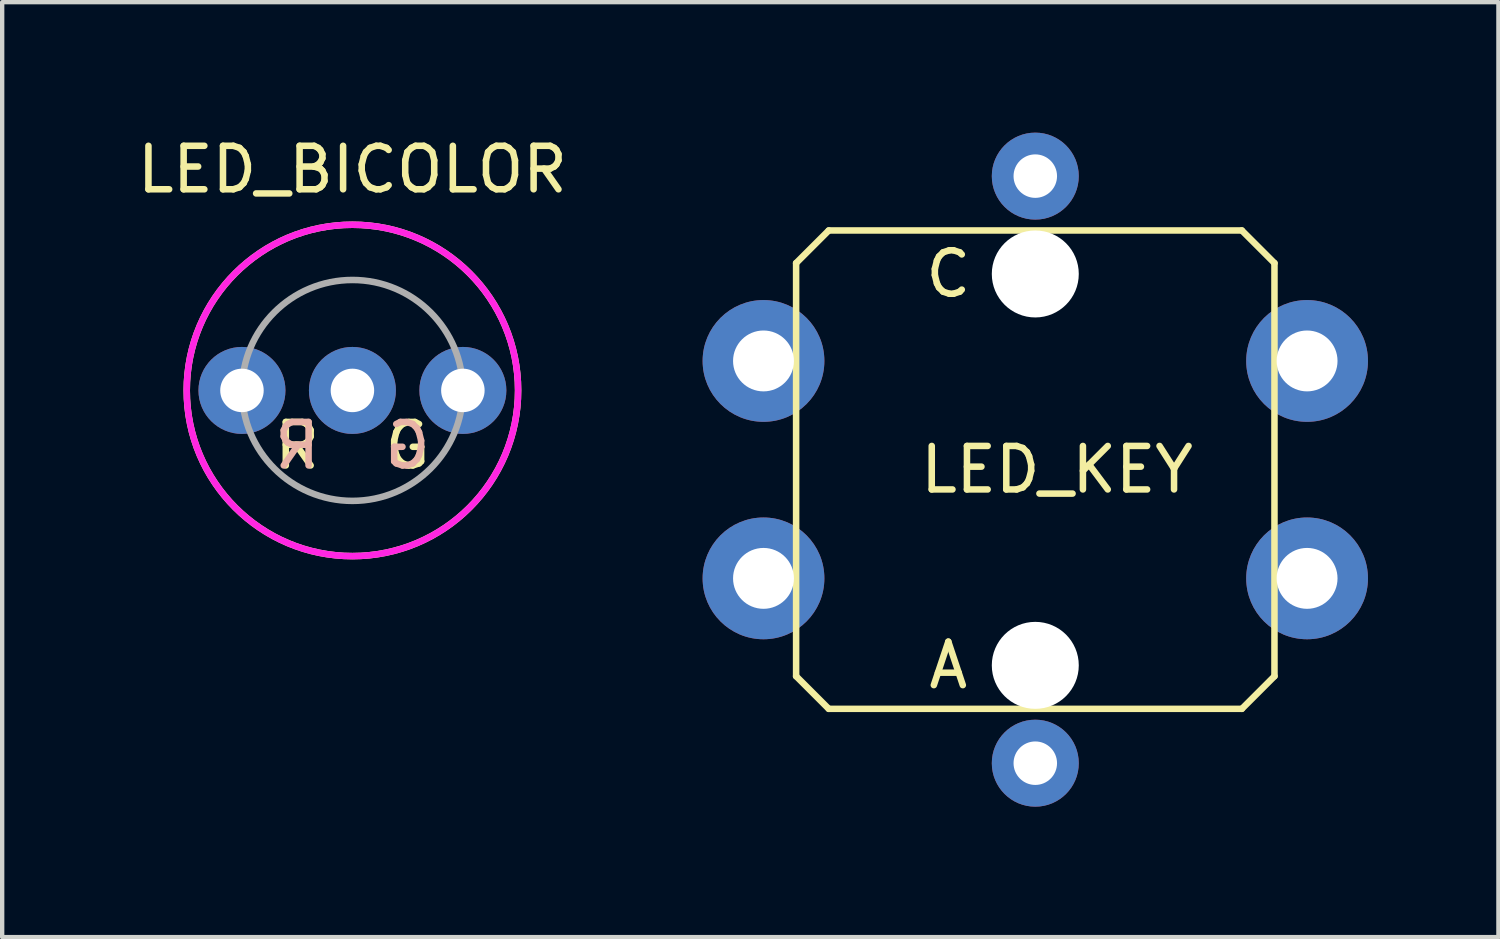
<source format=kicad_pcb>
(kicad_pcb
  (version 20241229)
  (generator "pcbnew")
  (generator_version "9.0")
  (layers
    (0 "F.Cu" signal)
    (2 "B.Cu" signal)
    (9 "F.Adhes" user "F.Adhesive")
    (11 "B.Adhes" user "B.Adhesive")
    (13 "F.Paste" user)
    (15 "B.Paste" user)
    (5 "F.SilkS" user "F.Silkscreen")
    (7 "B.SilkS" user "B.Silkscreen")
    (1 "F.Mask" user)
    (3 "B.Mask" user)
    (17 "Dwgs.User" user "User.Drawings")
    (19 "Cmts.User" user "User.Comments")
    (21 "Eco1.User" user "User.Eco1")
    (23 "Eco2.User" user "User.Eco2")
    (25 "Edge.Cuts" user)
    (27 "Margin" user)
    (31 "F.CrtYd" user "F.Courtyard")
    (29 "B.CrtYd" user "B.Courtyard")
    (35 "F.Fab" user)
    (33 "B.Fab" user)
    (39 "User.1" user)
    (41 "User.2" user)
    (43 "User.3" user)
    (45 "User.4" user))
  (footprint "LED_BICOLOR"
    (layer "F.Cu")
    (at 5.054 5.928)
    (property "Reference" "LED_BICOLOR" (at 0 -5.08 0) (layer "F.SilkS") (effects (font (size 1 1) (thickness 0.15))))
    (attr through_hole)
    (fp_circle (center 0 0) (end 3.81 0) (stroke (width 0.15) (type solid)) (fill no) (layer "F.SilkS"))
    (fp_circle (center 0 0) (end 3.81 0) (stroke (width 0.15) (type solid)) (fill no) (layer "F.CrtYd"))
    (fp_circle (center 0 0) (end 2.54 0) (stroke (width 0.15) (type solid)) (fill no) (layer "F.Fab"))
    (fp_text user "R" (at -1.27 1.27 0) (layer "F.SilkS") (effects (font (size 1 1) (thickness 0.15))))
    (fp_text user "G" (at 1.27 1.27 0) (layer "F.SilkS") (effects (font (size 1 1) (thickness 0.15))))
    (fp_text user "G" (at 1.27 1.27 0) (layer "B.SilkS") (effects (font (size 1 1) (thickness 0.15)) (justify mirror)))
    (fp_text user "R" (at -1.27 1.27 0) (layer "B.SilkS") (effects (font (size 1 1) (thickness 0.15)) (justify mirror)))
    (pad "1" thru_hole circle (at -2.54 0) (size 2 2) (drill 1) (layers "*.Cu" "*.Mask"))
    (pad "2" thru_hole circle (at 0 0) (size 2 2) (drill 1) (layers "*.Cu" "*.Mask"))
    (pad "3" thru_hole circle (at 2.54 0) (size 2 2) (drill 1) (layers "*.Cu" "*.Mask")))
  (footprint "LED_KEY"
    (layer "F.Cu")
    (at 20.757 7.75)
    (property "Reference" "LED_KEY" (at 0.5 0 0) (layer "F.SilkS") (effects (font (size 1 1) (thickness 0.15))))
    (attr through_hole)
    (fp_line (start -5.5 -4.75) (end -4.75 -5.5) (stroke (width 0.15) (type solid)) (layer "F.SilkS"))
    (fp_line (start -5.5 4.75) (end -5.5 -4.75) (stroke (width 0.15) (type solid)) (layer "F.SilkS"))
    (fp_line (start -4.75 -5.5) (end 4.75 -5.5) (stroke (width 0.15) (type solid)) (layer "F.SilkS"))
    (fp_line (start -4.75 5.5) (end -5.5 4.75) (stroke (width 0.15) (type solid)) (layer "F.SilkS"))
    (fp_line (start 4.75 -5.5) (end 5.5 -4.75) (stroke (width 0.15) (type solid)) (layer "F.SilkS"))
    (fp_line (start 4.75 5.5) (end -4.75 5.5) (stroke (width 0.15) (type solid)) (layer "F.SilkS"))
    (fp_line (start 5.5 -4.75) (end 5.5 4.75) (stroke (width 0.15) (type solid)) (layer "F.SilkS"))
    (fp_line (start 5.5 4.75) (end 4.75 5.5) (stroke (width 0.15) (type solid)) (layer "F.SilkS"))
    (fp_text user "C" (at -2 -4.5 0) (layer "F.SilkS") (effects (font (size 1 1) (thickness 0.15))))
    (fp_text user "A" (at -2 4.5 0) (layer "F.SilkS") (effects (font (size 1 1) (thickness 0.15))))
    (pad "" np_thru_hole circle (at 0 -4.5) (size 2 2) (drill 2) (layers "*.Cu"))
    (pad "" np_thru_hole circle (at 0 4.5) (size 2 2) (drill 2) (layers "*.Cu"))
    (pad "1" thru_hole circle (at -6.25 -2.5) (size 2.8 2.8) (drill 1.4) (layers "*.Cu" "*.Mask"))
    (pad "1" thru_hole circle (at 6.25 -2.5) (size 2.8 2.8) (drill 1.4) (layers "*.Cu" "*.Mask"))
    (pad "2" thru_hole circle (at -6.25 2.5) (size 2.8 2.8) (drill 1.4) (layers "*.Cu" "*.Mask"))
    (pad "2" thru_hole circle (at 6.25 2.5) (size 2.8 2.8) (drill 1.4) (layers "*.Cu" "*.Mask"))
    (pad "3" thru_hole circle (at 0 -6.75) (size 2 2) (drill 1) (layers "*.Cu" "*.Mask"))
    (pad "4" thru_hole circle (at 0 6.75) (size 2 2) (drill 1) (layers "*.Cu" "*.Mask")))
  (gr_rect
    (start -3 -3)
    (end 31.407 18.5)
    (stroke (width 0.1) (type default))
    (fill no)
    (layer "Edge.Cuts")))
</source>
